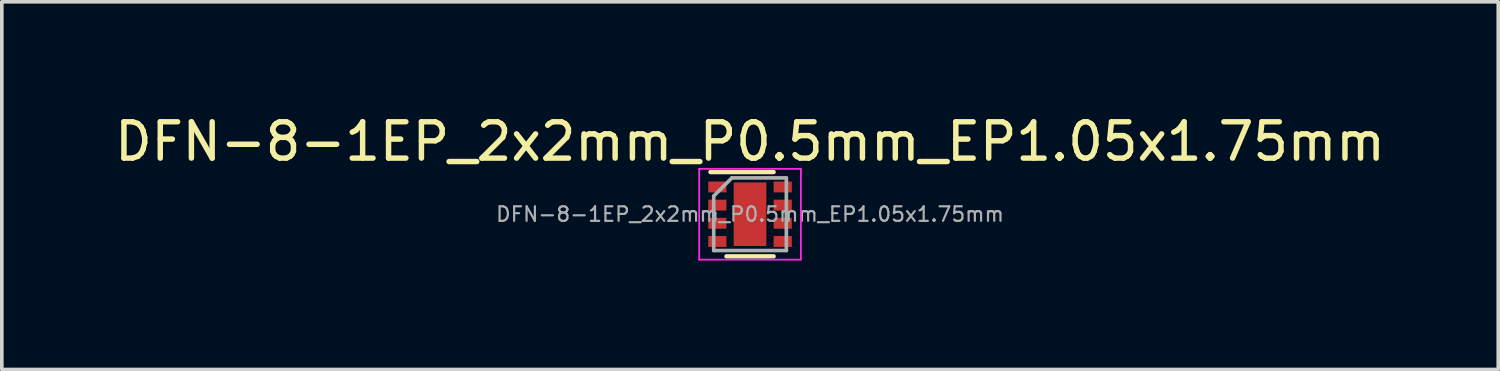
<source format=kicad_pcb>
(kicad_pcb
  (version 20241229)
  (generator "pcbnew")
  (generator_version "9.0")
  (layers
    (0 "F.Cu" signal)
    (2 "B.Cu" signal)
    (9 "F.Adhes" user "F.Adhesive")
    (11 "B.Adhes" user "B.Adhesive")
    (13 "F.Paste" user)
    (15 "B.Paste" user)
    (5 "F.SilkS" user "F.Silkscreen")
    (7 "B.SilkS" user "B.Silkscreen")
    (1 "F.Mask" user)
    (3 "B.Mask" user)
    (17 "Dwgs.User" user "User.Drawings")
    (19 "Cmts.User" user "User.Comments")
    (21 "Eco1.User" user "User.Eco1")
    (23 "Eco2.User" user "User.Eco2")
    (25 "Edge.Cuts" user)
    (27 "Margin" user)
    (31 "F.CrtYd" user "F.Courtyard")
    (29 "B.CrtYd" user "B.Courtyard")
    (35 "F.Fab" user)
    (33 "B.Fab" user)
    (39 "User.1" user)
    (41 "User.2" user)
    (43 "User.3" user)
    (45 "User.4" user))
  (footprint "DFN-8-1EP_2x2mm_P0.5mm_EP1.05x1.75mm"
    (layer "F.Cu")
    (at 17.601 2.848)
    (property "Reference" "DFN-8-1EP_2x2mm_P0.5mm_EP1.05x1.75mm" (at 0 -2 0) (layer "F.SilkS") (effects (font (size 1 1) (thickness 0.15))))
    (attr smd)
    (fp_line (start -1.09 -1.16) (end 0.65 -1.16) (stroke (width 0.12) (type solid)) (layer "F.SilkS"))
    (fp_line (start -0.65 1.16) (end 0.65 1.16) (stroke (width 0.12) (type solid)) (layer "F.SilkS"))
    (fp_line (start -1.4 -1.25) (end -1.4 1.25) (stroke (width 0.05) (type solid)) (layer "F.CrtYd"))
    (fp_line (start -1.4 -1.25) (end 1.4 -1.25) (stroke (width 0.05) (type solid)) (layer "F.CrtYd"))
    (fp_line (start -1.4 1.25) (end 1.4 1.25) (stroke (width 0.05) (type solid)) (layer "F.CrtYd"))
    (fp_line (start 1.4 -1.25) (end 1.4 1.25) (stroke (width 0.05) (type solid)) (layer "F.CrtYd"))
    (fp_line (start -1 -0.5) (end -0.5 -1) (stroke (width 0.1) (type solid)) (layer "F.Fab"))
    (fp_line (start -1 1) (end -1 -0.5) (stroke (width 0.1) (type solid)) (layer "F.Fab"))
    (fp_line (start -0.5 -1) (end 1 -1) (stroke (width 0.1) (type solid)) (layer "F.Fab"))
    (fp_line (start 1 -1) (end 1 1) (stroke (width 0.1) (type solid)) (layer "F.Fab"))
    (fp_line (start 1 1) (end -1 1) (stroke (width 0.1) (type solid)) (layer "F.Fab"))
    (fp_text user "${REFERENCE}" (at 0 0 0) (layer "F.Fab") (effects (font (size 0.4 0.4) (thickness 0.06))))
    (pad "" smd rect (at 0 -0.438) (size 0.85 0.65) (layers "F.Paste"))
    (pad "" smd rect (at 0 0.438) (size 0.85 0.65) (layers "F.Paste"))
    (pad "1" smd rect (at -0.9 -0.75) (size 0.5 0.3) (layers "F.Cu" "F.Mask" "F.Paste"))
    (pad "2" smd rect (at -0.9 -0.25) (size 0.5 0.3) (layers "F.Cu" "F.Mask" "F.Paste"))
    (pad "3" smd rect (at -0.9 0.25) (size 0.5 0.3) (layers "F.Cu" "F.Mask" "F.Paste"))
    (pad "4" smd rect (at -0.9 0.75) (size 0.5 0.3) (layers "F.Cu" "F.Mask" "F.Paste"))
    (pad "5" smd rect (at 0.9 0.75) (size 0.5 0.3) (layers "F.Cu" "F.Mask" "F.Paste"))
    (pad "6" smd rect (at 0.9 0.25) (size 0.5 0.3) (layers "F.Cu" "F.Mask" "F.Paste"))
    (pad "7" smd rect (at 0.9 -0.25) (size 0.5 0.3) (layers "F.Cu" "F.Mask" "F.Paste"))
    (pad "8" smd rect (at 0.9 -0.75) (size 0.5 0.3) (layers "F.Cu" "F.Mask" "F.Paste"))
    (pad "9" smd rect (at 0 0) (size 0.9 1.75) (layers "F.Cu" "F.Mask")))
  (gr_rect
    (start -3 -3)
    (end 38.202 7.123)
    (stroke (width 0.1) (type default))
    (fill no)
    (layer "Edge.Cuts")))
</source>
